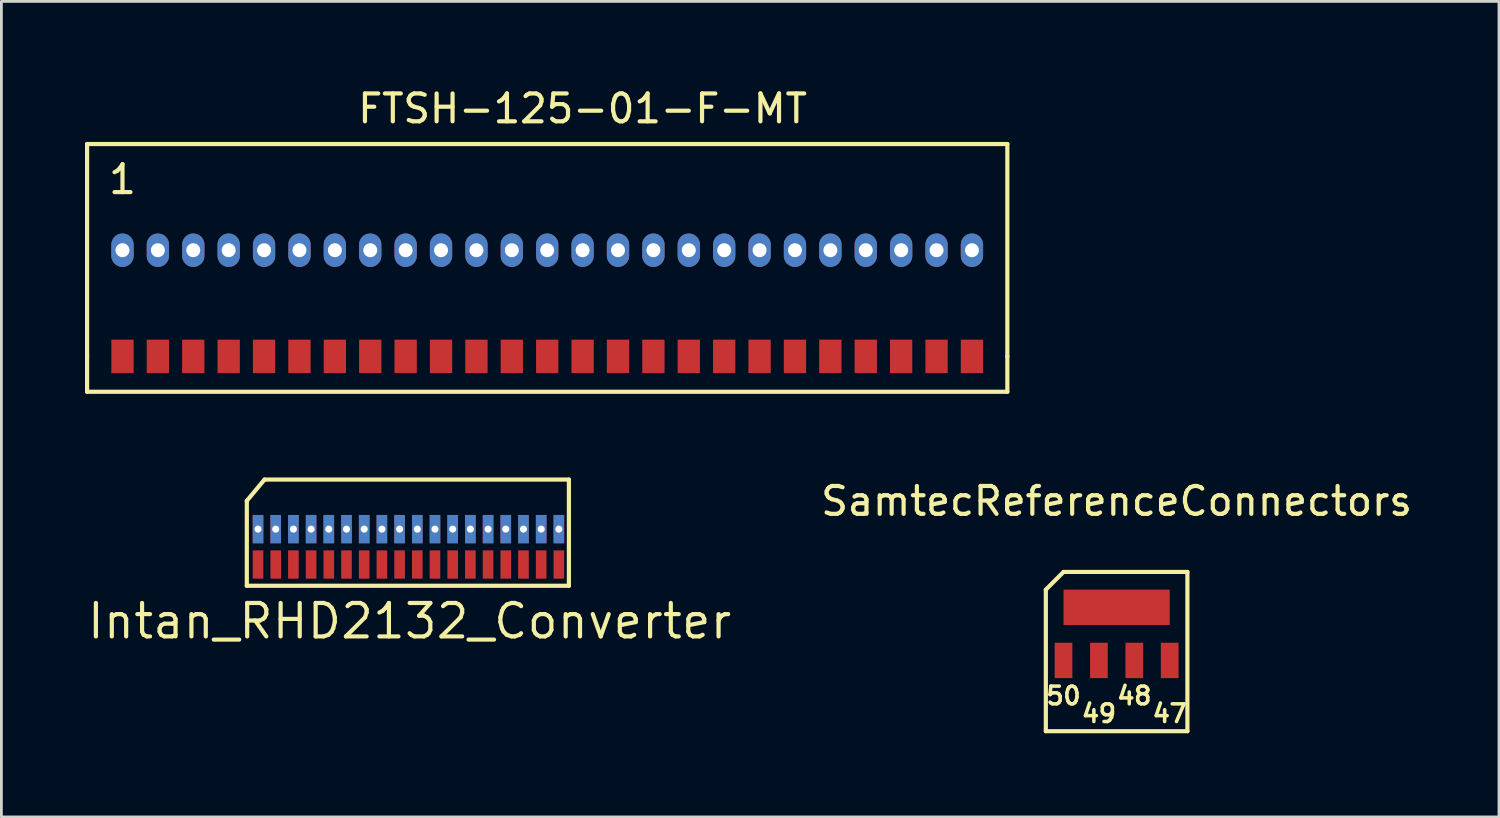
<source format=kicad_pcb>
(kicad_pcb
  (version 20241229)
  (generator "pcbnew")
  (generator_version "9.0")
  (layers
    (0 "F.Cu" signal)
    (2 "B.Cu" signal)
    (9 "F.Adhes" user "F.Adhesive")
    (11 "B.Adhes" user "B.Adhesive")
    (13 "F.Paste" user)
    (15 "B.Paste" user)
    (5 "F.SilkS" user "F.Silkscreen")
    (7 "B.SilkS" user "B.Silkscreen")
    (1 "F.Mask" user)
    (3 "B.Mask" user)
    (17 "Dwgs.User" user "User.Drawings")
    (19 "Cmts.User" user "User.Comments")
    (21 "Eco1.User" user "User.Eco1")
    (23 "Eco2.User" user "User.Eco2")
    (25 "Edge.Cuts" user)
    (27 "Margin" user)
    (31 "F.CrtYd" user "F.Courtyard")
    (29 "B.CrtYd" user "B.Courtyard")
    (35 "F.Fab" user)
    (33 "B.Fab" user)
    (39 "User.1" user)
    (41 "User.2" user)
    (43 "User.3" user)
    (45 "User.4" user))
  (footprint "FTSH-125-01-F-MT"
    (layer "F.Cu")
    (at 16.585 4.658)
    (property "Reference" "FTSH-125-01-F-MT" (at 1.27 -3.81 0) (layer "F.SilkS") (effects (font (size 1 1) (thickness 0.15))))
    (attr through_hole)
    (fp_line (start -16.51 -2.54) (end -16.51 5.08) (stroke (width 0.15) (type solid)) (layer "F.SilkS"))
    (fp_line (start -16.51 6.35) (end -16.51 5.08) (stroke (width 0.15) (type solid)) (layer "F.SilkS"))
    (fp_line (start 16.51 -2.54) (end -16.51 -2.54) (stroke (width 0.15) (type solid)) (layer "F.SilkS"))
    (fp_line (start 16.51 5.08) (end 16.51 -2.54) (stroke (width 0.15) (type solid)) (layer "F.SilkS"))
    (fp_line (start 16.51 5.08) (end 16.51 6.35) (stroke (width 0.15) (type solid)) (layer "F.SilkS"))
    (fp_line (start 16.51 6.35) (end -16.51 6.35) (stroke (width 0.15) (type solid)) (layer "F.SilkS"))
    (fp_text user "1" (at -15.24 -1.27 0) (layer "F.SilkS") (effects (font (size 1 1) (thickness 0.15))))
    (pad "1" thru_hole oval (at -15.24 1.27) (size 0.8 1.2) (drill 0.5) (layers "B.Cu" "B.Mask"))
    (pad "2" thru_hole oval (at -13.97 1.27) (size 0.8 1.2) (drill 0.5) (layers "B.Cu" "B.Mask"))
    (pad "3" thru_hole oval (at -12.7 1.27) (size 0.8 1.2) (drill 0.5) (layers "B.Cu" "B.Mask"))
    (pad "4" thru_hole oval (at -11.43 1.27) (size 0.8 1.2) (drill 0.5) (layers "B.Cu" "B.Mask"))
    (pad "5" thru_hole oval (at -10.16 1.27) (size 0.8 1.2) (drill 0.5) (layers "B.Cu" "B.Mask"))
    (pad "6" thru_hole oval (at -8.89 1.27) (size 0.8 1.2) (drill 0.5) (layers "B.Cu" "B.Mask"))
    (pad "7" thru_hole oval (at -7.62 1.27) (size 0.8 1.2) (drill 0.5) (layers "B.Cu" "B.Mask"))
    (pad "8" thru_hole oval (at -6.35 1.27) (size 0.8 1.2) (drill 0.5) (layers "B.Cu" "B.Mask"))
    (pad "9" thru_hole oval (at -5.08 1.27) (size 0.8 1.2) (drill 0.5) (layers "B.Cu" "B.Mask"))
    (pad "10" thru_hole oval (at -3.81 1.27) (size 0.8 1.2) (drill 0.5) (layers "B.Cu" "B.Mask"))
    (pad "11" thru_hole oval (at -2.54 1.27) (size 0.8 1.2) (drill 0.5) (layers "B.Cu" "B.Mask"))
    (pad "12" thru_hole oval (at -1.27 1.27) (size 0.8 1.2) (drill 0.5) (layers "B.Cu" "B.Mask"))
    (pad "13" thru_hole oval (at 0 1.27) (size 0.8 1.2) (drill 0.5) (layers "B.Cu" "B.Mask"))
    (pad "14" thru_hole oval (at 1.27 1.27) (size 0.8 1.2) (drill 0.5) (layers "B.Cu" "B.Mask"))
    (pad "15" thru_hole oval (at 2.54 1.27) (size 0.8 1.2) (drill 0.5) (layers "B.Cu" "B.Mask"))
    (pad "16" thru_hole oval (at 3.81 1.27) (size 0.8 1.2) (drill 0.5) (layers "B.Cu" "B.Mask"))
    (pad "17" thru_hole oval (at 5.08 1.27) (size 0.8 1.2) (drill 0.5) (layers "B.Cu" "B.Mask"))
    (pad "18" thru_hole oval (at 6.35 1.27) (size 0.8 1.2) (drill 0.5) (layers "B.Cu" "B.Mask"))
    (pad "19" thru_hole oval (at 7.62 1.27) (size 0.8 1.2) (drill 0.5) (layers "B.Cu" "B.Mask"))
    (pad "20" thru_hole oval (at 8.89 1.27) (size 0.8 1.2) (drill 0.5) (layers "B.Cu" "B.Mask"))
    (pad "21" thru_hole oval (at 10.16 1.27) (size 0.8 1.2) (drill 0.5) (layers "B.Cu" "B.Mask"))
    (pad "22" thru_hole oval (at 11.43 1.27) (size 0.8 1.2) (drill 0.5) (layers "B.Cu" "B.Mask"))
    (pad "23" thru_hole oval (at 12.7 1.27) (size 0.8 1.2) (drill 0.5) (layers "B.Cu" "B.Mask"))
    (pad "24" thru_hole oval (at 13.97 1.27) (size 0.8 1.2) (drill 0.5) (layers "B.Cu" "B.Mask"))
    (pad "25" thru_hole oval (at 15.24 1.27) (size 0.8 1.2) (drill 0.5) (layers "B.Cu" "B.Mask"))
    (pad "26" smd rect (at -15.24 5.08) (size 0.8 1.2) (layers "F.Cu" "F.Mask" "F.Paste"))
    (pad "27" smd rect (at -13.97 5.08) (size 0.8 1.2) (layers "F.Cu" "F.Mask" "F.Paste"))
    (pad "28" smd rect (at -12.7 5.08) (size 0.8 1.2) (layers "F.Cu" "F.Mask" "F.Paste"))
    (pad "29" smd rect (at -11.43 5.08) (size 0.8 1.2) (layers "F.Cu" "F.Mask" "F.Paste"))
    (pad "30" smd rect (at -10.16 5.08) (size 0.8 1.2) (layers "F.Cu" "F.Mask" "F.Paste"))
    (pad "31" smd rect (at -8.89 5.08) (size 0.8 1.2) (layers "F.Cu" "F.Mask" "F.Paste"))
    (pad "32" smd rect (at -7.62 5.08) (size 0.8 1.2) (layers "F.Cu" "F.Mask" "F.Paste"))
    (pad "33" smd rect (at -6.35 5.08) (size 0.8 1.2) (layers "F.Cu" "F.Mask" "F.Paste"))
    (pad "34" smd rect (at -5.08 5.08) (size 0.8 1.2) (layers "F.Cu" "F.Mask" "F.Paste"))
    (pad "35" smd rect (at -3.81 5.08) (size 0.8 1.2) (layers "F.Cu" "F.Mask" "F.Paste"))
    (pad "36" smd rect (at -2.54 5.08) (size 0.8 1.2) (layers "F.Cu" "F.Mask" "F.Paste"))
    (pad "37" smd rect (at -1.27 5.08) (size 0.8 1.2) (layers "F.Cu" "F.Mask" "F.Paste"))
    (pad "38" smd rect (at 0 5.08) (size 0.8 1.2) (layers "F.Cu" "F.Mask" "F.Paste"))
    (pad "39" smd rect (at 1.27 5.08) (size 0.8 1.2) (layers "F.Cu" "F.Mask" "F.Paste"))
    (pad "40" smd rect (at 2.54 5.08) (size 0.8 1.2) (layers "F.Cu" "F.Mask" "F.Paste"))
    (pad "41" smd rect (at 3.81 5.08) (size 0.8 1.2) (layers "F.Cu" "F.Mask" "F.Paste"))
    (pad "42" smd rect (at 5.08 5.08) (size 0.8 1.2) (layers "F.Cu" "F.Mask" "F.Paste"))
    (pad "43" smd rect (at 6.35 5.08) (size 0.8 1.2) (layers "F.Cu" "F.Mask" "F.Paste"))
    (pad "44" smd rect (at 7.62 5.08) (size 0.8 1.2) (layers "F.Cu" "F.Mask" "F.Paste"))
    (pad "45" smd rect (at 8.89 5.08) (size 0.8 1.2) (layers "F.Cu" "F.Mask" "F.Paste"))
    (pad "46" smd rect (at 10.16 5.08) (size 0.8 1.2) (layers "F.Cu" "F.Mask" "F.Paste"))
    (pad "47" smd rect (at 11.43 5.08) (size 0.8 1.2) (layers "F.Cu" "F.Mask" "F.Paste"))
    (pad "48" smd rect (at 12.7 5.08) (size 0.8 1.2) (layers "F.Cu" "F.Mask" "F.Paste"))
    (pad "49" smd rect (at 13.97 5.08) (size 0.8 1.2) (layers "F.Cu" "F.Mask" "F.Paste"))
    (pad "50" smd rect (at 15.24 5.08) (size 0.8 1.2) (layers "F.Cu" "F.Mask" "F.Paste")))
  (footprint "Intan_RHD2132_Converter"
    (layer "F.Cu")
    (at 11.648 16.571)
    (property "Reference" "Intan_RHD2132_Converter" (at 0 2.667 180) (layer "F.SilkS") (effects (font (size 1.2 1.2) (thickness 0.15))))
    (attr through_hole)
    (fp_line (start -5.842 -1.651) (end -5.842 1.397) (stroke (width 0.15) (type solid)) (layer "F.SilkS"))
    (fp_line (start -5.842 -1.651) (end -5.207 -2.413) (stroke (width 0.15) (type solid)) (layer "F.SilkS"))
    (fp_line (start -5.207 -2.413) (end 5.715 -2.413) (stroke (width 0.15) (type solid)) (layer "F.SilkS"))
    (fp_line (start 5.715 1.397) (end -5.842 1.397) (stroke (width 0.15) (type solid)) (layer "F.SilkS"))
    (fp_line (start 5.715 1.397) (end 5.715 -2.413) (stroke (width 0.15) (type solid)) (layer "F.SilkS"))
    (pad "1" smd rect (at 5.355 0.635) (size 0.381 1.016) (layers "F.Cu" "F.Mask" "F.Paste"))
    (pad "2" thru_hole rect (at 5.355 -0.635) (size 0.381 1.016) (drill 0.254) (layers "*.Cu" "*.Mask" "F.Paste"))
    (pad "3" smd rect (at 4.72 0.635) (size 0.381 1.016) (layers "F.Cu" "F.Mask" "F.Paste"))
    (pad "4" thru_hole rect (at 4.72 -0.635) (size 0.381 1.016) (drill 0.254) (layers "*.Cu" "*.Mask" "F.Paste"))
    (pad "5" smd rect (at 4.085 0.635) (size 0.381 1.016) (layers "F.Cu" "F.Mask" "F.Paste"))
    (pad "6" thru_hole rect (at 4.085 -0.635) (size 0.381 1.016) (drill 0.254) (layers "*.Cu" "*.Mask" "F.Paste"))
    (pad "7" smd rect (at 3.45 0.635) (size 0.381 1.016) (layers "F.Cu" "F.Mask" "F.Paste"))
    (pad "8" thru_hole rect (at 3.45 -0.635) (size 0.381 1.016) (drill 0.254) (layers "*.Cu" "*.Mask" "F.Paste"))
    (pad "9" smd rect (at 2.815 0.635) (size 0.381 1.016) (layers "F.Cu" "F.Mask" "F.Paste"))
    (pad "10" thru_hole rect (at 2.815 -0.635) (size 0.381 1.016) (drill 0.254) (layers "*.Cu" "*.Mask" "F.Paste"))
    (pad "11" smd rect (at 2.18 0.635) (size 0.381 1.016) (layers "F.Cu" "F.Mask" "F.Paste"))
    (pad "12" thru_hole rect (at 2.18 -0.635) (size 0.381 1.016) (drill 0.254) (layers "*.Cu" "*.Mask" "F.Paste"))
    (pad "13" smd rect (at 1.545 0.635) (size 0.381 1.016) (layers "F.Cu" "F.Mask" "F.Paste"))
    (pad "14" thru_hole rect (at 1.545 -0.635) (size 0.381 1.016) (drill 0.254) (layers "*.Cu" "*.Mask" "F.Paste"))
    (pad "15" smd rect (at 0.91 0.635) (size 0.381 1.016) (layers "F.Cu" "F.Mask" "F.Paste"))
    (pad "16" thru_hole rect (at 0.91 -0.635) (size 0.381 1.016) (drill 0.254) (layers "*.Cu" "*.Mask" "F.Paste"))
    (pad "17" smd rect (at 0.275 0.635) (size 0.381 1.016) (layers "F.Cu" "F.Mask" "F.Paste"))
    (pad "18" thru_hole rect (at 0.275 -0.635) (size 0.381 1.016) (drill 0.254) (layers "*.Cu" "*.Mask" "F.Paste"))
    (pad "19" smd rect (at -0.36 0.635) (size 0.381 1.016) (layers "F.Cu" "F.Mask" "F.Paste"))
    (pad "20" thru_hole rect (at -0.36 -0.635) (size 0.381 1.016) (drill 0.254) (layers "*.Cu" "*.Mask" "F.Paste"))
    (pad "21" smd rect (at -0.995 0.635) (size 0.381 1.016) (layers "F.Cu" "F.Mask" "F.Paste"))
    (pad "22" thru_hole rect (at -0.995 -0.635) (size 0.381 1.016) (drill 0.254) (layers "*.Cu" "*.Mask" "F.Paste"))
    (pad "23" smd rect (at -1.63 0.635) (size 0.381 1.016) (layers "F.Cu" "F.Mask" "F.Paste"))
    (pad "24" thru_hole rect (at -1.63 -0.635) (size 0.381 1.016) (drill 0.254) (layers "*.Cu" "*.Mask" "F.Paste"))
    (pad "25" smd rect (at -2.265 0.635) (size 0.381 1.016) (layers "F.Cu" "F.Mask" "F.Paste"))
    (pad "26" thru_hole rect (at -2.265 -0.635) (size 0.381 1.016) (drill 0.254) (layers "*.Cu" "*.Mask" "F.Paste"))
    (pad "27" smd rect (at -2.9 0.635) (size 0.381 1.016) (layers "F.Cu" "F.Mask" "F.Paste"))
    (pad "28" thru_hole rect (at -2.9 -0.635) (size 0.381 1.016) (drill 0.254) (layers "*.Cu" "*.Mask" "F.Paste"))
    (pad "29" smd rect (at -3.535 0.635) (size 0.381 1.016) (layers "F.Cu" "F.Mask" "F.Paste"))
    (pad "30" thru_hole rect (at -3.535 -0.635) (size 0.381 1.016) (drill 0.254) (layers "*.Cu" "*.Mask" "F.Paste"))
    (pad "31" smd rect (at -4.17 0.635) (size 0.381 1.016) (layers "F.Cu" "F.Mask" "F.Paste"))
    (pad "32" thru_hole rect (at -4.17 -0.635) (size 0.381 1.016) (drill 0.254) (layers "*.Cu" "*.Mask" "F.Paste"))
    (pad "33" smd rect (at -4.805 0.635) (size 0.381 1.016) (layers "F.Cu" "F.Mask" "F.Paste"))
    (pad "34" thru_hole rect (at -4.805 -0.635) (size 0.381 1.016) (drill 0.254) (layers "*.Cu" "*.Mask" "F.Paste"))
    (pad "35" smd rect (at -5.44 0.635) (size 0.381 1.016) (layers "F.Cu" "F.Mask" "F.Paste"))
    (pad "36" thru_hole rect (at -5.44 -0.635) (size 0.381 1.016) (drill 0.254) (layers "*.Cu" "*.Mask" "F.Paste")))
  (footprint "SamtecReferenceConnectors"
    (layer "F.Cu")
    (at 37.016 16.837)
    (property "Reference" "SamtecReferenceConnectors" (at 0 -1.905 0) (layer "F.SilkS") (effects (font (size 1 1) (thickness 0.15))))
    (attr through_hole)
    (fp_line (start -2.54 1.27) (end -2.54 6.35) (stroke (width 0.15) (type solid)) (layer "F.SilkS"))
    (fp_line (start -2.54 6.35) (end 2.54 6.35) (stroke (width 0.15) (type solid)) (layer "F.SilkS"))
    (fp_line (start -1.905 0.635) (end -2.54 1.27) (stroke (width 0.15) (type solid)) (layer "F.SilkS"))
    (fp_line (start 2.54 0.635) (end -1.905 0.635) (stroke (width 0.15) (type solid)) (layer "F.SilkS"))
    (fp_line (start 2.54 6.35) (end 2.54 0.635) (stroke (width 0.15) (type solid)) (layer "F.SilkS"))
    (fp_text user "50" (at -1.905 5.08 0) (layer "F.SilkS") (effects (font (size 0.635 0.635) (thickness 0.127))))
    (fp_text user "47" (at 1.905 5.715 0) (layer "F.SilkS") (effects (font (size 0.635 0.635) (thickness 0.127))))
    (fp_text user "49" (at -0.635 5.715 0) (layer "F.SilkS") (effects (font (size 0.635 0.635) (thickness 0.127))))
    (fp_text user "48" (at 0.635 5.08 0) (layer "F.SilkS") (effects (font (size 0.635 0.635) (thickness 0.127))))
    (pad "1" smd rect (at 0 1.905) (size 3.81 1.27) (layers "F.Cu" "F.Mask" "F.Paste"))
    (pad "2" smd rect (at 1.905 3.81) (size 0.635 1.27) (layers "F.Cu" "F.Mask" "F.Paste"))
    (pad "3" smd rect (at 0.635 3.81) (size 0.635 1.27) (layers "F.Cu" "F.Mask" "F.Paste"))
    (pad "4" smd rect (at -0.635 3.81) (size 0.635 1.27) (layers "F.Cu" "F.Mask" "F.Paste"))
    (pad "5" smd rect (at -1.905 3.81) (size 0.635 1.27) (layers "F.Cu" "F.Mask" "F.Paste")))
  (gr_rect
    (start -3 -3)
    (end 50.736 26.262)
    (stroke (width 0.1) (type default))
    (fill no)
    (layer "Edge.Cuts")))
</source>
